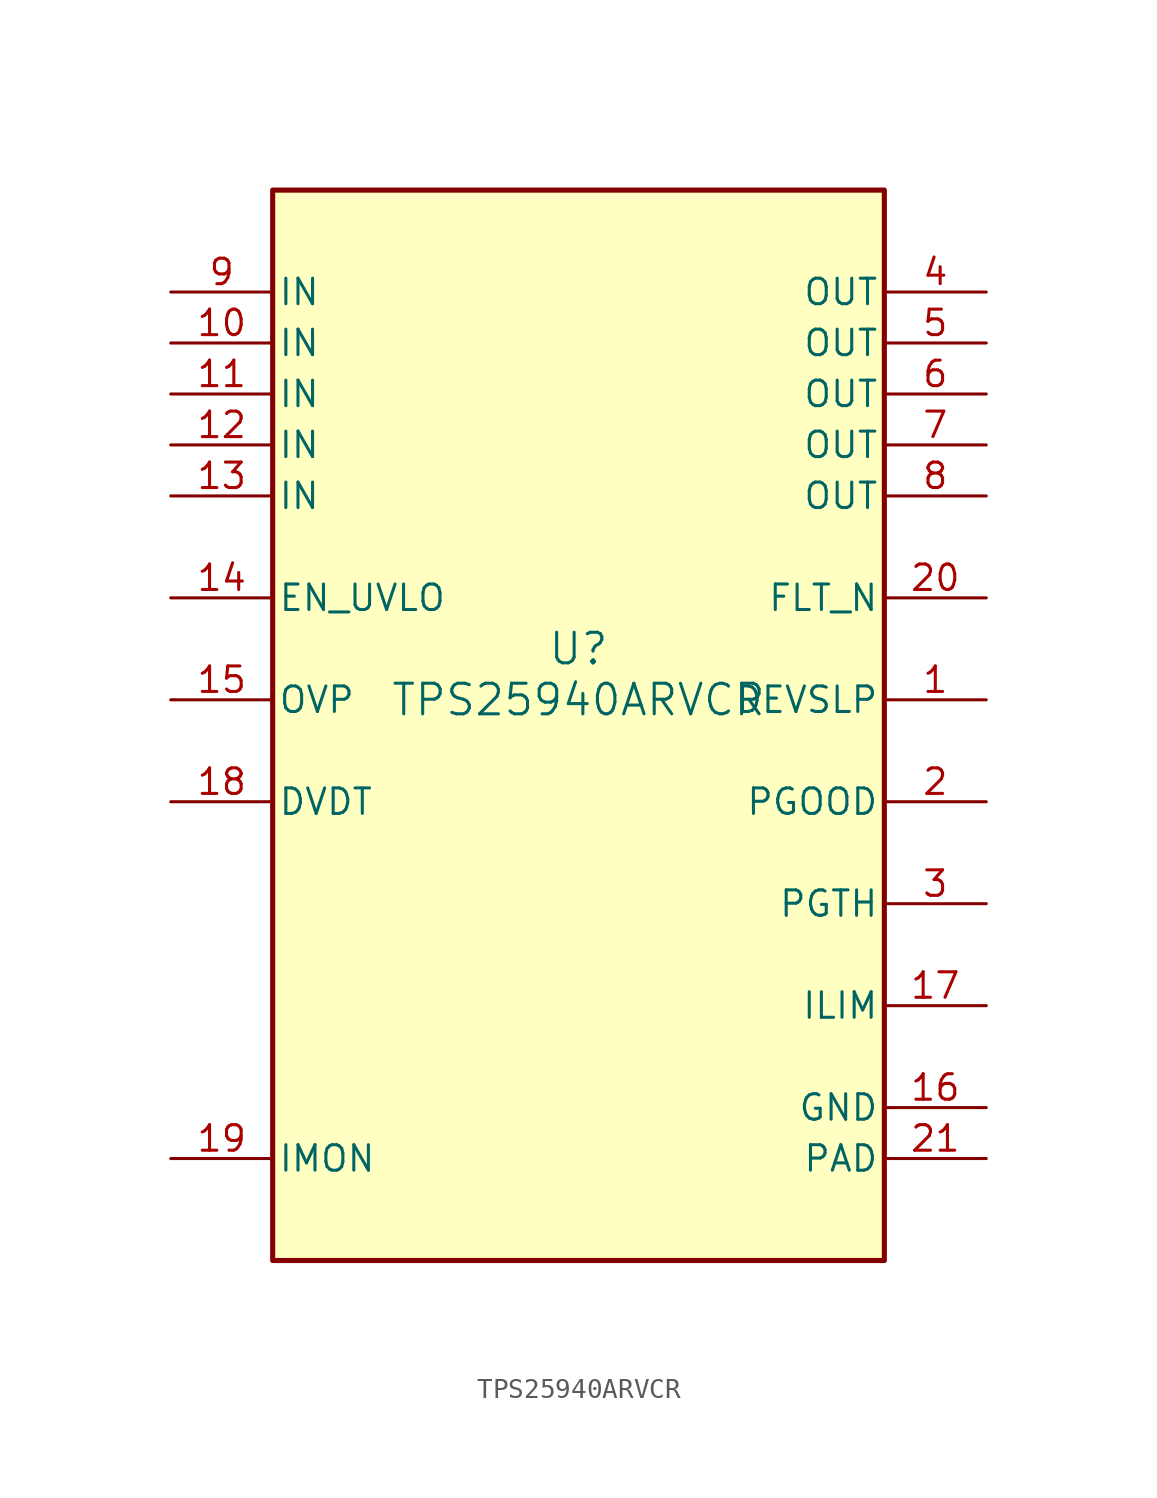
<source format=kicad_sym>
(kicad_symbol_lib
  (version 20220914)
  (generator kicad_symbol_editor)
  (symbol "TPS25940ARVCR"
    (pin_names
      (offset 0.254))
    (property "Reference" "U"
      (at 0 2.54 0)
      (effects (font (size 1.524 1.524))))
    (property "Value" "TPS25940ARVCR"
      (at 0 0 0)
      (effects (font (size 1.524 1.524))))
    (property "ki_locked" ""
      (at 0 0 0)
      (effects (font (size 1.27 1.27))))
    (symbol "TPS25940ARVCR_0_1"
      (pin input line (at 20.32 0 180) (length 5.08) (name "DEVSLP" (effects (font (size 1.27 1.27)))) (number "1" (effects (font (size 1.27 1.27)))))
      (pin power_in line (at -20.32 17.78 0) (length 5.08) (name "IN" (effects (font (size 1.27 1.27)))) (number "10" (effects (font (size 1.27 1.27)))))
      (pin power_in line (at -20.32 15.24 0) (length 5.08) (name "IN" (effects (font (size 1.27 1.27)))) (number "11" (effects (font (size 1.27 1.27)))))
      (pin power_in line (at -20.32 12.7 0) (length 5.08) (name "IN" (effects (font (size 1.27 1.27)))) (number "12" (effects (font (size 1.27 1.27)))))
      (pin power_in line (at -20.32 10.16 0) (length 5.08) (name "IN" (effects (font (size 1.27 1.27)))) (number "13" (effects (font (size 1.27 1.27)))))
      (pin input line (at -20.32 5.08 0) (length 5.08) (name "EN_UVLO" (effects (font (size 1.27 1.27)))) (number "14" (effects (font (size 1.27 1.27)))))
      (pin input line (at -20.32 0 0) (length 5.08) (name "OVP" (effects (font (size 1.27 1.27)))) (number "15" (effects (font (size 1.27 1.27)))))
      (pin power_in line (at 20.32 -20.32 180) (length 5.08) (name "GND" (effects (font (size 1.27 1.27)))) (number "16" (effects (font (size 1.27 1.27)))))
      (pin input line (at 20.32 -15.24 180) (length 5.08) (name "ILIM" (effects (font (size 1.27 1.27)))) (number "17" (effects (font (size 1.27 1.27)))))
      (pin input line (at -20.32 -5.08 0) (length 5.08) (name "DVDT" (effects (font (size 1.27 1.27)))) (number "18" (effects (font (size 1.27 1.27)))))
      (pin output line (at -20.32 -22.86 0) (length 5.08) (name "IMON" (effects (font (size 1.27 1.27)))) (number "19" (effects (font (size 1.27 1.27)))))
      (pin output line (at 20.32 -5.08 180) (length 5.08) (name "PGOOD" (effects (font (size 1.27 1.27)))) (number "2" (effects (font (size 1.27 1.27)))))
      (pin output line (at 20.32 5.08 180) (length 5.08) (name "FLT_N" (effects (font (size 1.27 1.27)))) (number "20" (effects (font (size 1.27 1.27)))))
      (pin power_in line (at 20.32 -22.86 180) (length 5.08) (name "PAD" (effects (font (size 1.27 1.27)))) (number "21" (effects (font (size 1.27 1.27)))))
      (pin input line (at 20.32 -10.16 180) (length 5.08) (name "PGTH" (effects (font (size 1.27 1.27)))) (number "3" (effects (font (size 1.27 1.27)))))
      (pin power_in line (at 20.32 20.32 180) (length 5.08) (name "OUT" (effects (font (size 1.27 1.27)))) (number "4" (effects (font (size 1.27 1.27)))))
      (pin power_in line (at 20.32 17.78 180) (length 5.08) (name "OUT" (effects (font (size 1.27 1.27)))) (number "5" (effects (font (size 1.27 1.27)))))
      (pin power_in line (at 20.32 15.24 180) (length 5.08) (name "OUT" (effects (font (size 1.27 1.27)))) (number "6" (effects (font (size 1.27 1.27)))))
      (pin power_in line (at 20.32 12.7 180) (length 5.08) (name "OUT" (effects (font (size 1.27 1.27)))) (number "7" (effects (font (size 1.27 1.27)))))
      (pin power_in line (at 20.32 10.16 180) (length 5.08) (name "OUT" (effects (font (size 1.27 1.27)))) (number "8" (effects (font (size 1.27 1.27)))))
      (pin power_in line (at -20.32 20.32 0) (length 5.08) (name "IN" (effects (font (size 1.27 1.27)))) (number "9" (effects (font (size 1.27 1.27))))))
    (symbol "TPS25940ARVCR_1_1"
      (rectangle (start -15.24 25.4) (end 15.24 -27.94) (stroke (width 0.254) (type default)) (fill (type background))))))
</source>
